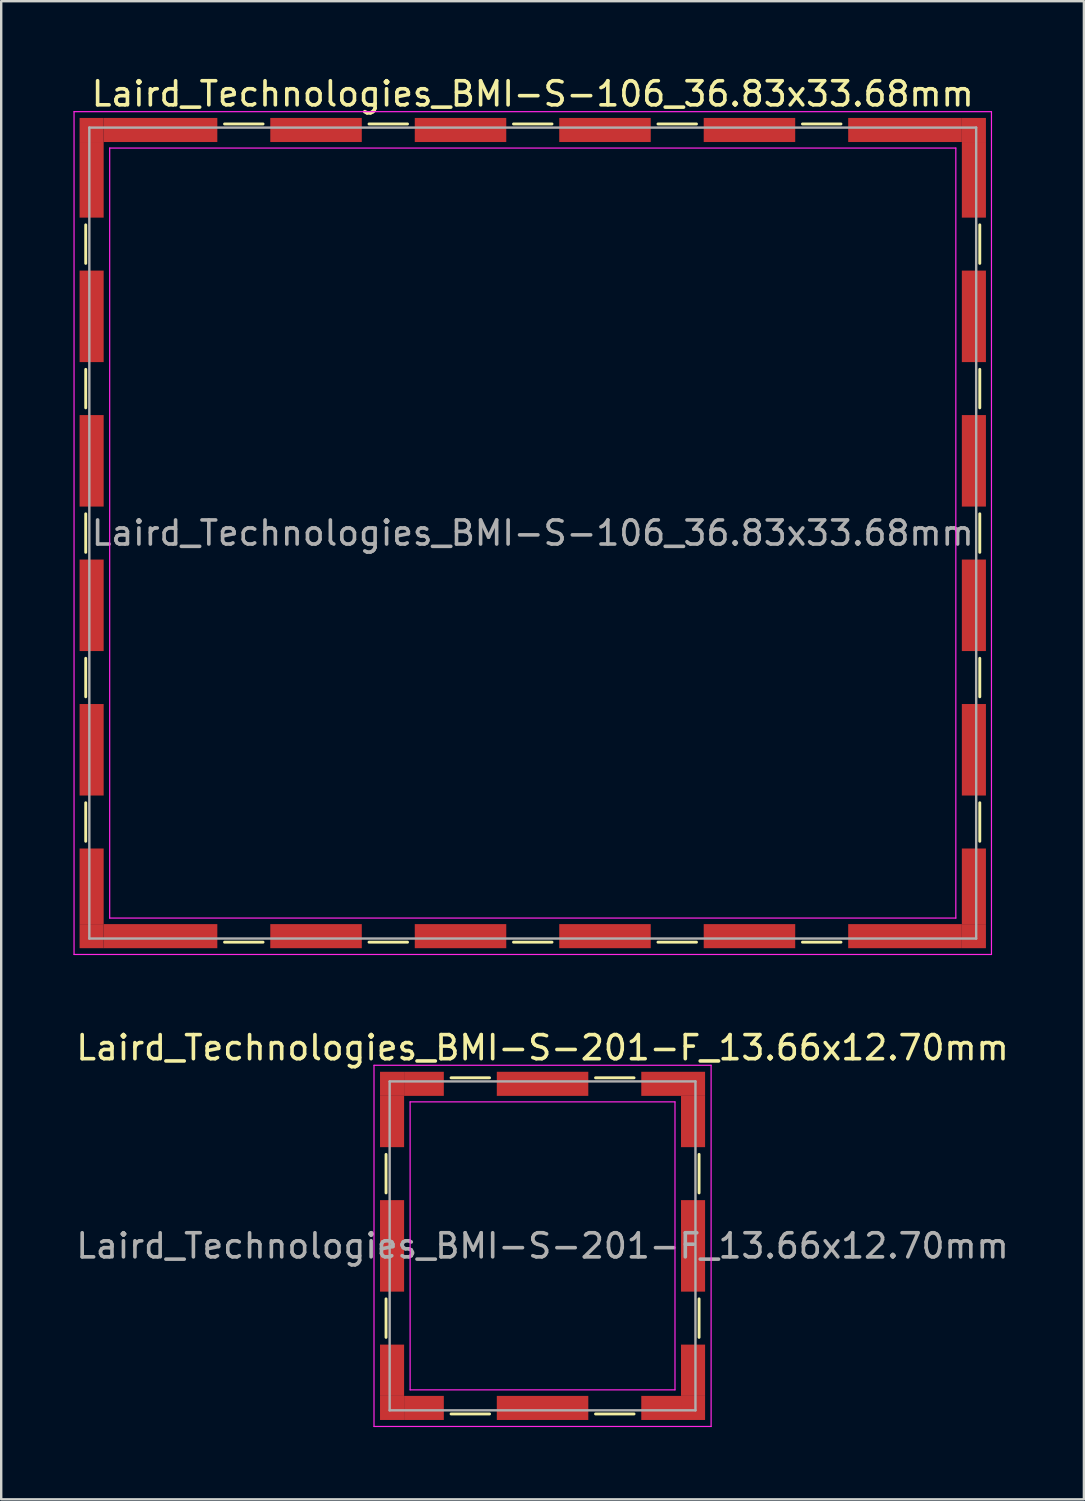
<source format=kicad_pcb>
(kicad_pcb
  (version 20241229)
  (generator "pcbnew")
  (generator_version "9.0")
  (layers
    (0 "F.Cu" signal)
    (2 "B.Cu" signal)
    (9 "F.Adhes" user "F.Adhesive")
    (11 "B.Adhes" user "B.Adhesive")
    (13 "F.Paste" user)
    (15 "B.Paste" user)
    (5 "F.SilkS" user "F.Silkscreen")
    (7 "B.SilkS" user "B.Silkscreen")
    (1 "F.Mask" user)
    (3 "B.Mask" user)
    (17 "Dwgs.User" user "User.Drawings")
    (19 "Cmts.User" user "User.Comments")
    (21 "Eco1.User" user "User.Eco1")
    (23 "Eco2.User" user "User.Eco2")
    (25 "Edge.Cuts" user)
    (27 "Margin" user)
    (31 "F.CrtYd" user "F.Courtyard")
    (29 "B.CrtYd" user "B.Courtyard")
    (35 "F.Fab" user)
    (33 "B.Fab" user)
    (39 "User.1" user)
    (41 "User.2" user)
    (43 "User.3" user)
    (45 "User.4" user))
  (footprint "Laird_Technologies_BMI-S-201-F_13.66x12.70mm"
    (layer "F.Cu")
    (at 19.482 48.691)
    (property "Reference" "Laird_Technologies_BMI-S-201-F_13.66x12.70mm" (at 0 -8.23 0) (layer "F.SilkS") (effects (font (size 1 1) (thickness 0.15))))
    (attr smd)
    (fp_line (start -6.5 -3.8) (end -6.5 -2.2) (stroke (width 0.12) (type solid)) (layer "F.SilkS"))
    (fp_line (start -6.5 2.2) (end -6.5 3.8) (stroke (width 0.12) (type solid)) (layer "F.SilkS"))
    (fp_line (start -3.8 -6.98) (end -2.2 -6.98) (stroke (width 0.12) (type solid)) (layer "F.SilkS"))
    (fp_line (start -3.8 6.98) (end -2.2 6.98) (stroke (width 0.12) (type solid)) (layer "F.SilkS"))
    (fp_line (start 2.2 -6.98) (end 3.8 -6.98) (stroke (width 0.12) (type solid)) (layer "F.SilkS"))
    (fp_line (start 2.2 6.98) (end 3.8 6.98) (stroke (width 0.12) (type solid)) (layer "F.SilkS"))
    (fp_line (start 6.5 -3.8) (end 6.5 -2.2) (stroke (width 0.12) (type solid)) (layer "F.SilkS"))
    (fp_line (start 6.5 2.2) (end 6.5 3.8) (stroke (width 0.12) (type solid)) (layer "F.SilkS"))
    (fp_line (start -7 -7.5) (end -7 7.5) (stroke (width 0.05) (type solid)) (layer "F.CrtYd"))
    (fp_line (start -7 7.5) (end 7 7.5) (stroke (width 0.05) (type solid)) (layer "F.CrtYd"))
    (fp_line (start -5.5 -5.98) (end -5.5 5.98) (stroke (width 0.05) (type solid)) (layer "F.CrtYd"))
    (fp_line (start 5.5 -5.98) (end -5.5 -5.98) (stroke (width 0.05) (type solid)) (layer "F.CrtYd"))
    (fp_line (start 5.5 -5.98) (end 5.5 5.98) (stroke (width 0.05) (type solid)) (layer "F.CrtYd"))
    (fp_line (start 5.5 5.98) (end -5.5 5.98) (stroke (width 0.05) (type solid)) (layer "F.CrtYd"))
    (fp_line (start 7 -7.5) (end -7 -7.5) (stroke (width 0.05) (type solid)) (layer "F.CrtYd"))
    (fp_line (start 7 7.5) (end 7 -7.5) (stroke (width 0.05) (type solid)) (layer "F.CrtYd"))
    (fp_line (start -6.35 -6.83) (end -6.35 6.83) (stroke (width 0.1) (type solid)) (layer "F.Fab"))
    (fp_line (start -6.35 6.83) (end 6.35 6.83) (stroke (width 0.1) (type solid)) (layer "F.Fab"))
    (fp_line (start 6.35 -6.83) (end -6.35 -6.83) (stroke (width 0.1) (type solid)) (layer "F.Fab"))
    (fp_line (start 6.35 6.83) (end 6.35 -6.83) (stroke (width 0.1) (type solid)) (layer "F.Fab"))
    (fp_text user "${REFERENCE}" (at 0 0 0) (layer "F.Fab") (effects (font (size 1 1) (thickness 0.15))))
    (pad "1" smd rect (at -6.25 -6.73) (size 1 1) (layers "F.Cu" "F.Mask" "F.Paste"))
    (pad "1" smd rect (at -6.25 -5.165) (size 1 2.13) (layers "F.Cu" "F.Mask" "F.Paste"))
    (pad "1" smd rect (at -6.25 0) (size 1 3.8) (layers "F.Cu" "F.Mask" "F.Paste"))
    (pad "1" smd rect (at -6.25 5.165) (size 1 2.13) (layers "F.Cu" "F.Mask" "F.Paste"))
    (pad "1" smd rect (at -6.25 6.73) (size 1 1) (layers "F.Cu" "F.Mask" "F.Paste"))
    (pad "1" smd rect (at -4.925 -6.73) (size 1.65 1) (layers "F.Cu" "F.Mask" "F.Paste"))
    (pad "1" smd rect (at -4.925 6.73) (size 1.65 1) (layers "F.Cu" "F.Mask" "F.Paste"))
    (pad "1" smd rect (at 0 -6.73) (size 3.8 1) (layers "F.Cu" "F.Mask" "F.Paste"))
    (pad "1" smd rect (at 0 6.73) (size 3.8 1) (layers "F.Cu" "F.Mask" "F.Paste"))
    (pad "1" smd rect (at 4.925 -6.73) (size 1.65 1) (layers "F.Cu" "F.Mask" "F.Paste"))
    (pad "1" smd rect (at 4.925 6.73) (size 1.65 1) (layers "F.Cu" "F.Mask" "F.Paste"))
    (pad "1" smd rect (at 6.25 -6.73) (size 1 1) (layers "F.Cu" "F.Mask" "F.Paste"))
    (pad "1" smd rect (at 6.25 -5.165) (size 1 2.13) (layers "F.Cu" "F.Mask" "F.Paste"))
    (pad "1" smd rect (at 6.25 0) (size 1 3.8) (layers "F.Cu" "F.Mask" "F.Paste"))
    (pad "1" smd rect (at 6.25 5.165) (size 1 2.13) (layers "F.Cu" "F.Mask" "F.Paste"))
    (pad "1" smd rect (at 6.25 6.73) (size 1 1) (layers "F.Cu" "F.Mask" "F.Paste")))
  (footprint "Laird_Technologies_BMI-S-106_36.83x33.68mm"
    (layer "F.Cu")
    (at 19.075 19.088)
    (property "Reference" "Laird_Technologies_BMI-S-106_36.83x33.68mm" (at 0 -18.24 0) (layer "F.SilkS") (effects (font (size 1 1) (thickness 0.15))))
    (attr smd)
    (fp_line (start -18.565 -12.8) (end -18.565 -11.2) (stroke (width 0.12) (type solid)) (layer "F.SilkS"))
    (fp_line (start -18.565 -6.8) (end -18.565 -5.2) (stroke (width 0.12) (type solid)) (layer "F.SilkS"))
    (fp_line (start -18.565 -0.8) (end -18.565 0.8) (stroke (width 0.12) (type solid)) (layer "F.SilkS"))
    (fp_line (start -18.565 5.2) (end -18.565 6.8) (stroke (width 0.12) (type solid)) (layer "F.SilkS"))
    (fp_line (start -18.565 11.2) (end -18.565 12.8) (stroke (width 0.12) (type solid)) (layer "F.SilkS"))
    (fp_line (start -12.8 -16.99) (end -11.2 -16.99) (stroke (width 0.12) (type solid)) (layer "F.SilkS"))
    (fp_line (start -12.8 16.99) (end -11.2 16.99) (stroke (width 0.12) (type solid)) (layer "F.SilkS"))
    (fp_line (start -6.8 -16.99) (end -5.2 -16.99) (stroke (width 0.12) (type solid)) (layer "F.SilkS"))
    (fp_line (start -6.8 16.99) (end -5.2 16.99) (stroke (width 0.12) (type solid)) (layer "F.SilkS"))
    (fp_line (start -0.8 -16.99) (end 0.8 -16.99) (stroke (width 0.12) (type solid)) (layer "F.SilkS"))
    (fp_line (start -0.8 16.99) (end 0.8 16.99) (stroke (width 0.12) (type solid)) (layer "F.SilkS"))
    (fp_line (start 5.2 -16.99) (end 6.8 -16.99) (stroke (width 0.12) (type solid)) (layer "F.SilkS"))
    (fp_line (start 5.2 16.99) (end 6.8 16.99) (stroke (width 0.12) (type solid)) (layer "F.SilkS"))
    (fp_line (start 11.2 -16.99) (end 12.8 -16.99) (stroke (width 0.12) (type solid)) (layer "F.SilkS"))
    (fp_line (start 11.2 16.99) (end 12.8 16.99) (stroke (width 0.12) (type solid)) (layer "F.SilkS"))
    (fp_line (start 18.565 -12.8) (end 18.565 -11.2) (stroke (width 0.12) (type solid)) (layer "F.SilkS"))
    (fp_line (start 18.565 -6.8) (end 18.565 -5.2) (stroke (width 0.12) (type solid)) (layer "F.SilkS"))
    (fp_line (start 18.565 -0.8) (end 18.565 0.8) (stroke (width 0.12) (type solid)) (layer "F.SilkS"))
    (fp_line (start 18.565 5.2) (end 18.565 6.8) (stroke (width 0.12) (type solid)) (layer "F.SilkS"))
    (fp_line (start 18.565 11.2) (end 18.565 12.8) (stroke (width 0.12) (type solid)) (layer "F.SilkS"))
    (fp_line (start -19.05 -17.5) (end -19.05 17.5) (stroke (width 0.05) (type solid)) (layer "F.CrtYd"))
    (fp_line (start -19.05 17.5) (end 19.05 17.5) (stroke (width 0.05) (type solid)) (layer "F.CrtYd"))
    (fp_line (start -17.57 -15.99) (end -17.57 15.99) (stroke (width 0.05) (type solid)) (layer "F.CrtYd"))
    (fp_line (start 17.57 -15.99) (end -17.57 -15.99) (stroke (width 0.05) (type solid)) (layer "F.CrtYd"))
    (fp_line (start 17.57 -15.99) (end 17.57 15.99) (stroke (width 0.05) (type solid)) (layer "F.CrtYd"))
    (fp_line (start 17.57 15.99) (end -17.57 15.99) (stroke (width 0.05) (type solid)) (layer "F.CrtYd"))
    (fp_line (start 19.05 -17.5) (end -19.05 -17.5) (stroke (width 0.05) (type solid)) (layer "F.CrtYd"))
    (fp_line (start 19.05 17.5) (end 19.05 -17.5) (stroke (width 0.05) (type solid)) (layer "F.CrtYd"))
    (fp_line (start -18.415 -16.84) (end -18.415 16.84) (stroke (width 0.1) (type solid)) (layer "F.Fab"))
    (fp_line (start -18.415 16.84) (end 18.415 16.84) (stroke (width 0.1) (type solid)) (layer "F.Fab"))
    (fp_line (start 18.415 -16.84) (end -18.415 -16.84) (stroke (width 0.1) (type solid)) (layer "F.Fab"))
    (fp_line (start 18.415 16.84) (end 18.415 -16.84) (stroke (width 0.1) (type solid)) (layer "F.Fab"))
    (fp_text user "${REFERENCE}" (at 0 0 0) (layer "F.Fab") (effects (font (size 1 1) (thickness 0.15))))
    (pad "1" smd rect (at -18.32 -16.74) (size 1 1) (layers "F.Cu" "F.Mask" "F.Paste"))
    (pad "1" smd rect (at -18.32 -14.67) (size 1 3.14) (layers "F.Cu" "F.Mask" "F.Paste"))
    (pad "1" smd rect (at -18.32 -9) (size 1 3.8) (layers "F.Cu" "F.Mask" "F.Paste"))
    (pad "1" smd rect (at -18.32 -3) (size 1 3.8) (layers "F.Cu" "F.Mask" "F.Paste"))
    (pad "1" smd rect (at -18.32 3) (size 1 3.8) (layers "F.Cu" "F.Mask" "F.Paste"))
    (pad "1" smd rect (at -18.32 9) (size 1 3.8) (layers "F.Cu" "F.Mask" "F.Paste"))
    (pad "1" smd rect (at -18.32 14.67) (size 1 3.14) (layers "F.Cu" "F.Mask" "F.Paste"))
    (pad "1" smd rect (at -18.32 16.74) (size 1 1) (layers "F.Cu" "F.Mask" "F.Paste"))
    (pad "1" smd rect (at -15.46 -16.74) (size 4.72 1) (layers "F.Cu" "F.Mask" "F.Paste"))
    (pad "1" smd rect (at -15.46 16.74) (size 4.72 1) (layers "F.Cu" "F.Mask" "F.Paste"))
    (pad "1" smd rect (at -9 -16.74) (size 3.8 1) (layers "F.Cu" "F.Mask" "F.Paste"))
    (pad "1" smd rect (at -9 16.74) (size 3.8 1) (layers "F.Cu" "F.Mask" "F.Paste"))
    (pad "1" smd rect (at -3 -16.74) (size 3.8 1) (layers "F.Cu" "F.Mask" "F.Paste"))
    (pad "1" smd rect (at -3 16.74) (size 3.8 1) (layers "F.Cu" "F.Mask" "F.Paste"))
    (pad "1" smd rect (at 3 -16.74) (size 3.8 1) (layers "F.Cu" "F.Mask" "F.Paste"))
    (pad "1" smd rect (at 3 16.74) (size 3.8 1) (layers "F.Cu" "F.Mask" "F.Paste"))
    (pad "1" smd rect (at 9 -16.74) (size 3.8 1) (layers "F.Cu" "F.Mask" "F.Paste"))
    (pad "1" smd rect (at 9 16.74) (size 3.8 1) (layers "F.Cu" "F.Mask" "F.Paste"))
    (pad "1" smd rect (at 15.46 -16.74) (size 4.72 1) (layers "F.Cu" "F.Mask" "F.Paste"))
    (pad "1" smd rect (at 15.46 16.74) (size 4.72 1) (layers "F.Cu" "F.Mask" "F.Paste"))
    (pad "1" smd rect (at 18.32 -16.74) (size 1 1) (layers "F.Cu" "F.Mask" "F.Paste"))
    (pad "1" smd rect (at 18.32 -14.67) (size 1 3.14) (layers "F.Cu" "F.Mask" "F.Paste"))
    (pad "1" smd rect (at 18.32 -9) (size 1 3.8) (layers "F.Cu" "F.Mask" "F.Paste"))
    (pad "1" smd rect (at 18.32 -3) (size 1 3.8) (layers "F.Cu" "F.Mask" "F.Paste"))
    (pad "1" smd rect (at 18.32 3) (size 1 3.8) (layers "F.Cu" "F.Mask" "F.Paste"))
    (pad "1" smd rect (at 18.32 9) (size 1 3.8) (layers "F.Cu" "F.Mask" "F.Paste"))
    (pad "1" smd rect (at 18.32 14.67) (size 1 3.14) (layers "F.Cu" "F.Mask" "F.Paste"))
    (pad "1" smd rect (at 18.32 16.74) (size 1 1) (layers "F.Cu" "F.Mask" "F.Paste")))
  (gr_rect
    (start -3 -3)
    (end 41.964 59.217)
    (stroke (width 0.1) (type default))
    (fill no)
    (layer "Edge.Cuts")))
</source>
